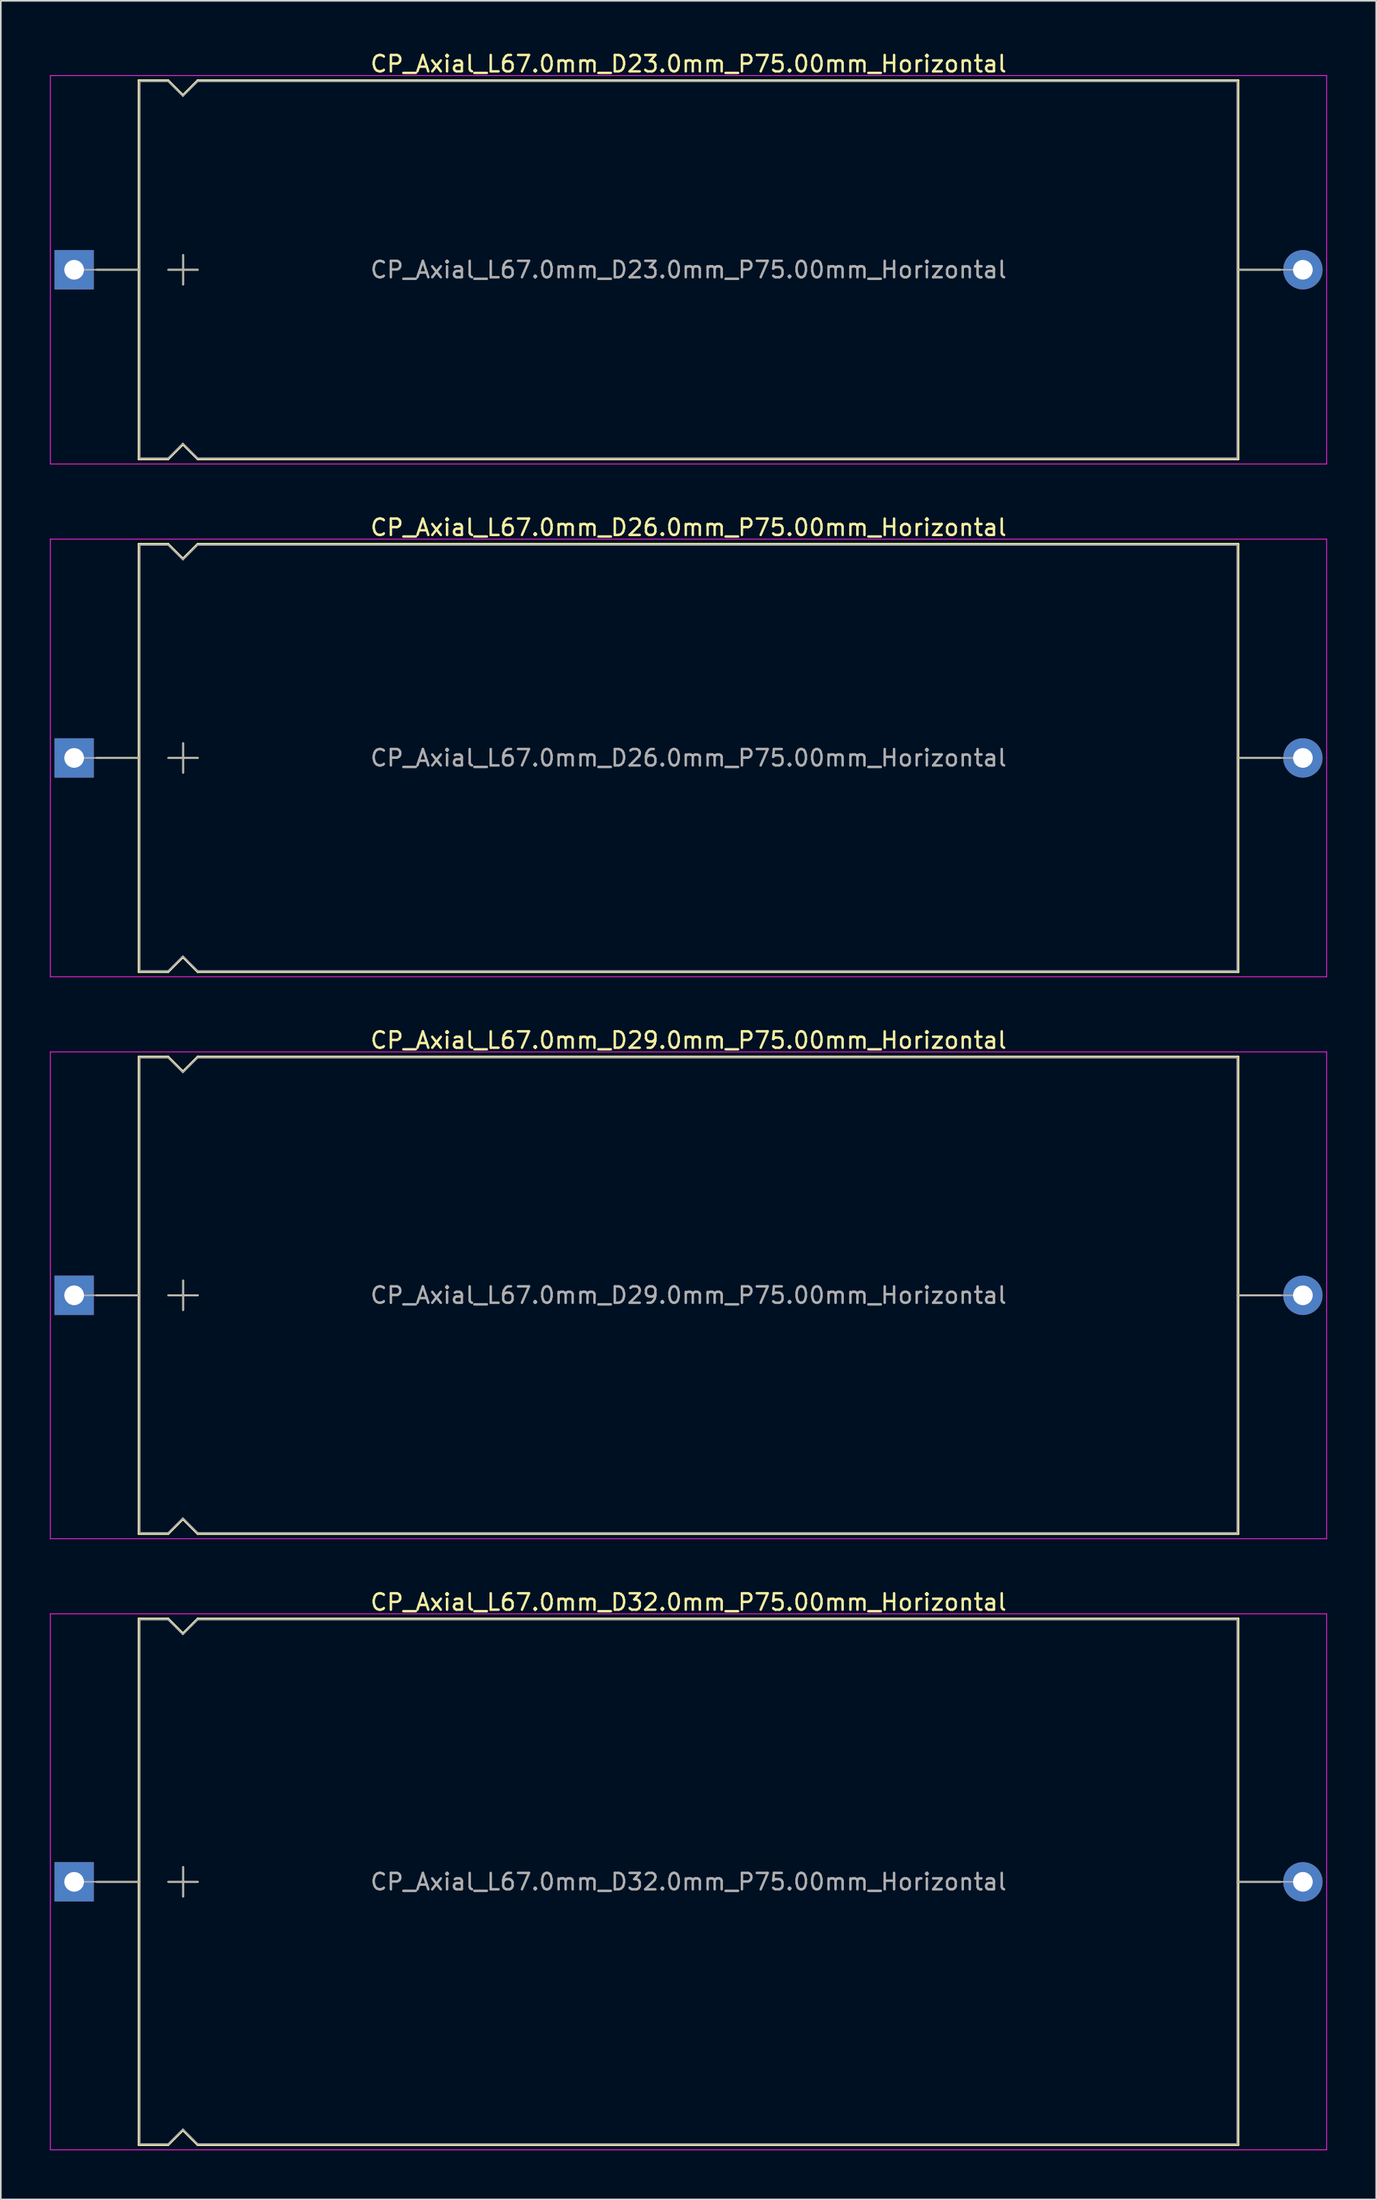
<source format=kicad_pcb>
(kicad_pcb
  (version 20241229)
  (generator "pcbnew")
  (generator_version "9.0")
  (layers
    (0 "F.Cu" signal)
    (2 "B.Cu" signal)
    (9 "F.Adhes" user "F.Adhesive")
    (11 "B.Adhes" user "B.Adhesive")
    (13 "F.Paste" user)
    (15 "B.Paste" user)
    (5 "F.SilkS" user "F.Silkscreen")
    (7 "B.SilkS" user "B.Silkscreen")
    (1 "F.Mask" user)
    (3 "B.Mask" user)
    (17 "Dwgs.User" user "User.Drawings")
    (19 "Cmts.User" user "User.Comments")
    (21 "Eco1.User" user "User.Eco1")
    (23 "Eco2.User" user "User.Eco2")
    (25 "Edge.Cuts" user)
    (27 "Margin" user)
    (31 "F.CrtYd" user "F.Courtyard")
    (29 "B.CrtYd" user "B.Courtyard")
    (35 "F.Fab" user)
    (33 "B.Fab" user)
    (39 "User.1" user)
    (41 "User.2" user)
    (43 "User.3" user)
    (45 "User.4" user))
  (footprint "CP_Axial_L67.0mm_D32.0mm_P75.00mm_Horizontal"
    (layer "F.Cu")
    (at 1.475 111.758)
    (property "Reference" "CP_Axial_L67.0mm_D32.0mm_P75.00mm_Horizontal" (at 37.5 -17.06 0) (layer "F.SilkS") (effects (font (size 1 1) (thickness 0.15))))
    (attr through_hole)
    (fp_line (start 1.38 0) (end 3.94 0) (stroke (width 0.12) (type solid)) (layer "F.SilkS"))
    (fp_line (start 3.94 -16.06) (end 3.94 16.06) (stroke (width 0.12) (type solid)) (layer "F.SilkS"))
    (fp_line (start 3.94 -16.06) (end 5.74 -16.06) (stroke (width 0.12) (type solid)) (layer "F.SilkS"))
    (fp_line (start 3.94 16.06) (end 5.74 16.06) (stroke (width 0.12) (type solid)) (layer "F.SilkS"))
    (fp_line (start 5.74 -16.06) (end 6.64 -15.16) (stroke (width 0.12) (type solid)) (layer "F.SilkS"))
    (fp_line (start 5.74 16.06) (end 6.64 15.16) (stroke (width 0.12) (type solid)) (layer "F.SilkS"))
    (fp_line (start 5.75 0) (end 7.55 0) (stroke (width 0.12) (type solid)) (layer "F.SilkS"))
    (fp_line (start 6.64 -15.16) (end 7.54 -16.06) (stroke (width 0.12) (type solid)) (layer "F.SilkS"))
    (fp_line (start 6.64 15.16) (end 7.54 16.06) (stroke (width 0.12) (type solid)) (layer "F.SilkS"))
    (fp_line (start 6.65 -0.9) (end 6.65 0.9) (stroke (width 0.12) (type solid)) (layer "F.SilkS"))
    (fp_line (start 7.54 -16.06) (end 71.06 -16.06) (stroke (width 0.12) (type solid)) (layer "F.SilkS"))
    (fp_line (start 7.54 16.06) (end 71.06 16.06) (stroke (width 0.12) (type solid)) (layer "F.SilkS"))
    (fp_line (start 71.06 -16.06) (end 71.06 16.06) (stroke (width 0.12) (type solid)) (layer "F.SilkS"))
    (fp_line (start 73.62 0) (end 71.06 0) (stroke (width 0.12) (type solid)) (layer "F.SilkS"))
    (fp_line (start -1.45 -16.35) (end -1.45 16.35) (stroke (width 0.05) (type solid)) (layer "F.CrtYd"))
    (fp_line (start -1.45 16.35) (end 76.45 16.35) (stroke (width 0.05) (type solid)) (layer "F.CrtYd"))
    (fp_line (start 76.45 -16.35) (end -1.45 -16.35) (stroke (width 0.05) (type solid)) (layer "F.CrtYd"))
    (fp_line (start 76.45 16.35) (end 76.45 -16.35) (stroke (width 0.05) (type solid)) (layer "F.CrtYd"))
    (fp_line (start 0 0) (end 4 0) (stroke (width 0.1) (type solid)) (layer "F.Fab"))
    (fp_line (start 4 -16) (end 4 16) (stroke (width 0.1) (type solid)) (layer "F.Fab"))
    (fp_line (start 4 -16) (end 5.74 -16) (stroke (width 0.1) (type solid)) (layer "F.Fab"))
    (fp_line (start 4 16) (end 5.74 16) (stroke (width 0.1) (type solid)) (layer "F.Fab"))
    (fp_line (start 5.74 -16) (end 6.64 -15.1) (stroke (width 0.1) (type solid)) (layer "F.Fab"))
    (fp_line (start 5.74 16) (end 6.64 15.1) (stroke (width 0.1) (type solid)) (layer "F.Fab"))
    (fp_line (start 5.75 0) (end 7.55 0) (stroke (width 0.1) (type solid)) (layer "F.Fab"))
    (fp_line (start 6.64 -15.1) (end 7.54 -16) (stroke (width 0.1) (type solid)) (layer "F.Fab"))
    (fp_line (start 6.64 15.1) (end 7.54 16) (stroke (width 0.1) (type solid)) (layer "F.Fab"))
    (fp_line (start 6.65 -0.9) (end 6.65 0.9) (stroke (width 0.1) (type solid)) (layer "F.Fab"))
    (fp_line (start 7.54 -16) (end 71 -16) (stroke (width 0.1) (type solid)) (layer "F.Fab"))
    (fp_line (start 7.54 16) (end 71 16) (stroke (width 0.1) (type solid)) (layer "F.Fab"))
    (fp_line (start 71 -16) (end 71 16) (stroke (width 0.1) (type solid)) (layer "F.Fab"))
    (fp_line (start 75 0) (end 71 0) (stroke (width 0.1) (type solid)) (layer "F.Fab"))
    (fp_text user "${REFERENCE}" (at 37.5 0 0) (layer "F.Fab") (effects (font (size 1 1) (thickness 0.15))))
    (pad "1" thru_hole rect (at 0 0) (size 2.4 2.4) (drill 1.2) (layers "*.Cu" "*.Mask"))
    (pad "2" thru_hole oval (at 75 0) (size 2.4 2.4) (drill 1.2) (layers "*.Cu" "*.Mask")))
  (footprint "CP_Axial_L67.0mm_D26.0mm_P75.00mm_Horizontal"
    (layer "F.Cu")
    (at 1.475 43.191)
    (property "Reference" "CP_Axial_L67.0mm_D26.0mm_P75.00mm_Horizontal" (at 37.5 -14.06 0) (layer "F.SilkS") (effects (font (size 1 1) (thickness 0.15))))
    (attr through_hole)
    (fp_line (start 1.38 0) (end 3.94 0) (stroke (width 0.12) (type solid)) (layer "F.SilkS"))
    (fp_line (start 3.94 -13.06) (end 3.94 13.06) (stroke (width 0.12) (type solid)) (layer "F.SilkS"))
    (fp_line (start 3.94 -13.06) (end 5.74 -13.06) (stroke (width 0.12) (type solid)) (layer "F.SilkS"))
    (fp_line (start 3.94 13.06) (end 5.74 13.06) (stroke (width 0.12) (type solid)) (layer "F.SilkS"))
    (fp_line (start 5.74 -13.06) (end 6.64 -12.16) (stroke (width 0.12) (type solid)) (layer "F.SilkS"))
    (fp_line (start 5.74 13.06) (end 6.64 12.16) (stroke (width 0.12) (type solid)) (layer "F.SilkS"))
    (fp_line (start 5.75 0) (end 7.55 0) (stroke (width 0.12) (type solid)) (layer "F.SilkS"))
    (fp_line (start 6.64 -12.16) (end 7.54 -13.06) (stroke (width 0.12) (type solid)) (layer "F.SilkS"))
    (fp_line (start 6.64 12.16) (end 7.54 13.06) (stroke (width 0.12) (type solid)) (layer "F.SilkS"))
    (fp_line (start 6.65 -0.9) (end 6.65 0.9) (stroke (width 0.12) (type solid)) (layer "F.SilkS"))
    (fp_line (start 7.54 -13.06) (end 71.06 -13.06) (stroke (width 0.12) (type solid)) (layer "F.SilkS"))
    (fp_line (start 7.54 13.06) (end 71.06 13.06) (stroke (width 0.12) (type solid)) (layer "F.SilkS"))
    (fp_line (start 71.06 -13.06) (end 71.06 13.06) (stroke (width 0.12) (type solid)) (layer "F.SilkS"))
    (fp_line (start 73.62 0) (end 71.06 0) (stroke (width 0.12) (type solid)) (layer "F.SilkS"))
    (fp_line (start -1.45 -13.35) (end -1.45 13.35) (stroke (width 0.05) (type solid)) (layer "F.CrtYd"))
    (fp_line (start -1.45 13.35) (end 76.45 13.35) (stroke (width 0.05) (type solid)) (layer "F.CrtYd"))
    (fp_line (start 76.45 -13.35) (end -1.45 -13.35) (stroke (width 0.05) (type solid)) (layer "F.CrtYd"))
    (fp_line (start 76.45 13.35) (end 76.45 -13.35) (stroke (width 0.05) (type solid)) (layer "F.CrtYd"))
    (fp_line (start 0 0) (end 4 0) (stroke (width 0.1) (type solid)) (layer "F.Fab"))
    (fp_line (start 4 -13) (end 4 13) (stroke (width 0.1) (type solid)) (layer "F.Fab"))
    (fp_line (start 4 -13) (end 5.74 -13) (stroke (width 0.1) (type solid)) (layer "F.Fab"))
    (fp_line (start 4 13) (end 5.74 13) (stroke (width 0.1) (type solid)) (layer "F.Fab"))
    (fp_line (start 5.74 -13) (end 6.64 -12.1) (stroke (width 0.1) (type solid)) (layer "F.Fab"))
    (fp_line (start 5.74 13) (end 6.64 12.1) (stroke (width 0.1) (type solid)) (layer "F.Fab"))
    (fp_line (start 5.75 0) (end 7.55 0) (stroke (width 0.1) (type solid)) (layer "F.Fab"))
    (fp_line (start 6.64 -12.1) (end 7.54 -13) (stroke (width 0.1) (type solid)) (layer "F.Fab"))
    (fp_line (start 6.64 12.1) (end 7.54 13) (stroke (width 0.1) (type solid)) (layer "F.Fab"))
    (fp_line (start 6.65 -0.9) (end 6.65 0.9) (stroke (width 0.1) (type solid)) (layer "F.Fab"))
    (fp_line (start 7.54 -13) (end 71 -13) (stroke (width 0.1) (type solid)) (layer "F.Fab"))
    (fp_line (start 7.54 13) (end 71 13) (stroke (width 0.1) (type solid)) (layer "F.Fab"))
    (fp_line (start 71 -13) (end 71 13) (stroke (width 0.1) (type solid)) (layer "F.Fab"))
    (fp_line (start 75 0) (end 71 0) (stroke (width 0.1) (type solid)) (layer "F.Fab"))
    (fp_text user "${REFERENCE}" (at 37.5 0 0) (layer "F.Fab") (effects (font (size 1 1) (thickness 0.15))))
    (pad "1" thru_hole rect (at 0 0) (size 2.4 2.4) (drill 1.2) (layers "*.Cu" "*.Mask"))
    (pad "2" thru_hole oval (at 75 0) (size 2.4 2.4) (drill 1.2) (layers "*.Cu" "*.Mask")))
  (footprint "CP_Axial_L67.0mm_D29.0mm_P75.00mm_Horizontal"
    (layer "F.Cu")
    (at 1.475 75.975)
    (property "Reference" "CP_Axial_L67.0mm_D29.0mm_P75.00mm_Horizontal" (at 37.5 -15.56 0) (layer "F.SilkS") (effects (font (size 1 1) (thickness 0.15))))
    (attr through_hole)
    (fp_line (start 1.38 0) (end 3.94 0) (stroke (width 0.12) (type solid)) (layer "F.SilkS"))
    (fp_line (start 3.94 -14.56) (end 3.94 14.56) (stroke (width 0.12) (type solid)) (layer "F.SilkS"))
    (fp_line (start 3.94 -14.56) (end 5.74 -14.56) (stroke (width 0.12) (type solid)) (layer "F.SilkS"))
    (fp_line (start 3.94 14.56) (end 5.74 14.56) (stroke (width 0.12) (type solid)) (layer "F.SilkS"))
    (fp_line (start 5.74 -14.56) (end 6.64 -13.66) (stroke (width 0.12) (type solid)) (layer "F.SilkS"))
    (fp_line (start 5.74 14.56) (end 6.64 13.66) (stroke (width 0.12) (type solid)) (layer "F.SilkS"))
    (fp_line (start 5.75 0) (end 7.55 0) (stroke (width 0.12) (type solid)) (layer "F.SilkS"))
    (fp_line (start 6.64 -13.66) (end 7.54 -14.56) (stroke (width 0.12) (type solid)) (layer "F.SilkS"))
    (fp_line (start 6.64 13.66) (end 7.54 14.56) (stroke (width 0.12) (type solid)) (layer "F.SilkS"))
    (fp_line (start 6.65 -0.9) (end 6.65 0.9) (stroke (width 0.12) (type solid)) (layer "F.SilkS"))
    (fp_line (start 7.54 -14.56) (end 71.06 -14.56) (stroke (width 0.12) (type solid)) (layer "F.SilkS"))
    (fp_line (start 7.54 14.56) (end 71.06 14.56) (stroke (width 0.12) (type solid)) (layer "F.SilkS"))
    (fp_line (start 71.06 -14.56) (end 71.06 14.56) (stroke (width 0.12) (type solid)) (layer "F.SilkS"))
    (fp_line (start 73.62 0) (end 71.06 0) (stroke (width 0.12) (type solid)) (layer "F.SilkS"))
    (fp_line (start -1.45 -14.85) (end -1.45 14.85) (stroke (width 0.05) (type solid)) (layer "F.CrtYd"))
    (fp_line (start -1.45 14.85) (end 76.45 14.85) (stroke (width 0.05) (type solid)) (layer "F.CrtYd"))
    (fp_line (start 76.45 -14.85) (end -1.45 -14.85) (stroke (width 0.05) (type solid)) (layer "F.CrtYd"))
    (fp_line (start 76.45 14.85) (end 76.45 -14.85) (stroke (width 0.05) (type solid)) (layer "F.CrtYd"))
    (fp_line (start 0 0) (end 4 0) (stroke (width 0.1) (type solid)) (layer "F.Fab"))
    (fp_line (start 4 -14.5) (end 4 14.5) (stroke (width 0.1) (type solid)) (layer "F.Fab"))
    (fp_line (start 4 -14.5) (end 5.74 -14.5) (stroke (width 0.1) (type solid)) (layer "F.Fab"))
    (fp_line (start 4 14.5) (end 5.74 14.5) (stroke (width 0.1) (type solid)) (layer "F.Fab"))
    (fp_line (start 5.74 -14.5) (end 6.64 -13.6) (stroke (width 0.1) (type solid)) (layer "F.Fab"))
    (fp_line (start 5.74 14.5) (end 6.64 13.6) (stroke (width 0.1) (type solid)) (layer "F.Fab"))
    (fp_line (start 5.75 0) (end 7.55 0) (stroke (width 0.1) (type solid)) (layer "F.Fab"))
    (fp_line (start 6.64 -13.6) (end 7.54 -14.5) (stroke (width 0.1) (type solid)) (layer "F.Fab"))
    (fp_line (start 6.64 13.6) (end 7.54 14.5) (stroke (width 0.1) (type solid)) (layer "F.Fab"))
    (fp_line (start 6.65 -0.9) (end 6.65 0.9) (stroke (width 0.1) (type solid)) (layer "F.Fab"))
    (fp_line (start 7.54 -14.5) (end 71 -14.5) (stroke (width 0.1) (type solid)) (layer "F.Fab"))
    (fp_line (start 7.54 14.5) (end 71 14.5) (stroke (width 0.1) (type solid)) (layer "F.Fab"))
    (fp_line (start 71 -14.5) (end 71 14.5) (stroke (width 0.1) (type solid)) (layer "F.Fab"))
    (fp_line (start 75 0) (end 71 0) (stroke (width 0.1) (type solid)) (layer "F.Fab"))
    (fp_text user "${REFERENCE}" (at 37.5 0 0) (layer "F.Fab") (effects (font (size 1 1) (thickness 0.15))))
    (pad "1" thru_hole rect (at 0 0) (size 2.4 2.4) (drill 1.2) (layers "*.Cu" "*.Mask"))
    (pad "2" thru_hole oval (at 75 0) (size 2.4 2.4) (drill 1.2) (layers "*.Cu" "*.Mask")))
  (footprint "CP_Axial_L67.0mm_D23.0mm_P75.00mm_Horizontal"
    (layer "F.Cu")
    (at 1.475 13.408)
    (property "Reference" "CP_Axial_L67.0mm_D23.0mm_P75.00mm_Horizontal" (at 37.5 -12.56 0) (layer "F.SilkS") (effects (font (size 1 1) (thickness 0.15))))
    (attr through_hole)
    (fp_line (start 1.38 0) (end 3.94 0) (stroke (width 0.12) (type solid)) (layer "F.SilkS"))
    (fp_line (start 3.94 -11.56) (end 3.94 11.56) (stroke (width 0.12) (type solid)) (layer "F.SilkS"))
    (fp_line (start 3.94 -11.56) (end 5.74 -11.56) (stroke (width 0.12) (type solid)) (layer "F.SilkS"))
    (fp_line (start 3.94 11.56) (end 5.74 11.56) (stroke (width 0.12) (type solid)) (layer "F.SilkS"))
    (fp_line (start 5.74 -11.56) (end 6.64 -10.66) (stroke (width 0.12) (type solid)) (layer "F.SilkS"))
    (fp_line (start 5.74 11.56) (end 6.64 10.66) (stroke (width 0.12) (type solid)) (layer "F.SilkS"))
    (fp_line (start 5.75 0) (end 7.55 0) (stroke (width 0.12) (type solid)) (layer "F.SilkS"))
    (fp_line (start 6.64 -10.66) (end 7.54 -11.56) (stroke (width 0.12) (type solid)) (layer "F.SilkS"))
    (fp_line (start 6.64 10.66) (end 7.54 11.56) (stroke (width 0.12) (type solid)) (layer "F.SilkS"))
    (fp_line (start 6.65 -0.9) (end 6.65 0.9) (stroke (width 0.12) (type solid)) (layer "F.SilkS"))
    (fp_line (start 7.54 -11.56) (end 71.06 -11.56) (stroke (width 0.12) (type solid)) (layer "F.SilkS"))
    (fp_line (start 7.54 11.56) (end 71.06 11.56) (stroke (width 0.12) (type solid)) (layer "F.SilkS"))
    (fp_line (start 71.06 -11.56) (end 71.06 11.56) (stroke (width 0.12) (type solid)) (layer "F.SilkS"))
    (fp_line (start 73.62 0) (end 71.06 0) (stroke (width 0.12) (type solid)) (layer "F.SilkS"))
    (fp_line (start -1.45 -11.85) (end -1.45 11.85) (stroke (width 0.05) (type solid)) (layer "F.CrtYd"))
    (fp_line (start -1.45 11.85) (end 76.45 11.85) (stroke (width 0.05) (type solid)) (layer "F.CrtYd"))
    (fp_line (start 76.45 -11.85) (end -1.45 -11.85) (stroke (width 0.05) (type solid)) (layer "F.CrtYd"))
    (fp_line (start 76.45 11.85) (end 76.45 -11.85) (stroke (width 0.05) (type solid)) (layer "F.CrtYd"))
    (fp_line (start 0 0) (end 4 0) (stroke (width 0.1) (type solid)) (layer "F.Fab"))
    (fp_line (start 4 -11.5) (end 4 11.5) (stroke (width 0.1) (type solid)) (layer "F.Fab"))
    (fp_line (start 4 -11.5) (end 5.74 -11.5) (stroke (width 0.1) (type solid)) (layer "F.Fab"))
    (fp_line (start 4 11.5) (end 5.74 11.5) (stroke (width 0.1) (type solid)) (layer "F.Fab"))
    (fp_line (start 5.74 -11.5) (end 6.64 -10.6) (stroke (width 0.1) (type solid)) (layer "F.Fab"))
    (fp_line (start 5.74 11.5) (end 6.64 10.6) (stroke (width 0.1) (type solid)) (layer "F.Fab"))
    (fp_line (start 5.75 0) (end 7.55 0) (stroke (width 0.1) (type solid)) (layer "F.Fab"))
    (fp_line (start 6.64 -10.6) (end 7.54 -11.5) (stroke (width 0.1) (type solid)) (layer "F.Fab"))
    (fp_line (start 6.64 10.6) (end 7.54 11.5) (stroke (width 0.1) (type solid)) (layer "F.Fab"))
    (fp_line (start 6.65 -0.9) (end 6.65 0.9) (stroke (width 0.1) (type solid)) (layer "F.Fab"))
    (fp_line (start 7.54 -11.5) (end 71 -11.5) (stroke (width 0.1) (type solid)) (layer "F.Fab"))
    (fp_line (start 7.54 11.5) (end 71 11.5) (stroke (width 0.1) (type solid)) (layer "F.Fab"))
    (fp_line (start 71 -11.5) (end 71 11.5) (stroke (width 0.1) (type solid)) (layer "F.Fab"))
    (fp_line (start 75 0) (end 71 0) (stroke (width 0.1) (type solid)) (layer "F.Fab"))
    (fp_text user "${REFERENCE}" (at 37.5 0 0) (layer "F.Fab") (effects (font (size 1 1) (thickness 0.15))))
    (pad "1" thru_hole rect (at 0 0) (size 2.4 2.4) (drill 1.2) (layers "*.Cu" "*.Mask"))
    (pad "2" thru_hole oval (at 75 0) (size 2.4 2.4) (drill 1.2) (layers "*.Cu" "*.Mask")))
  (gr_rect
    (start -3 -3)
    (end 80.95 131.133)
    (stroke (width 0.1) (type default))
    (fill no)
    (layer "Edge.Cuts")))
</source>
